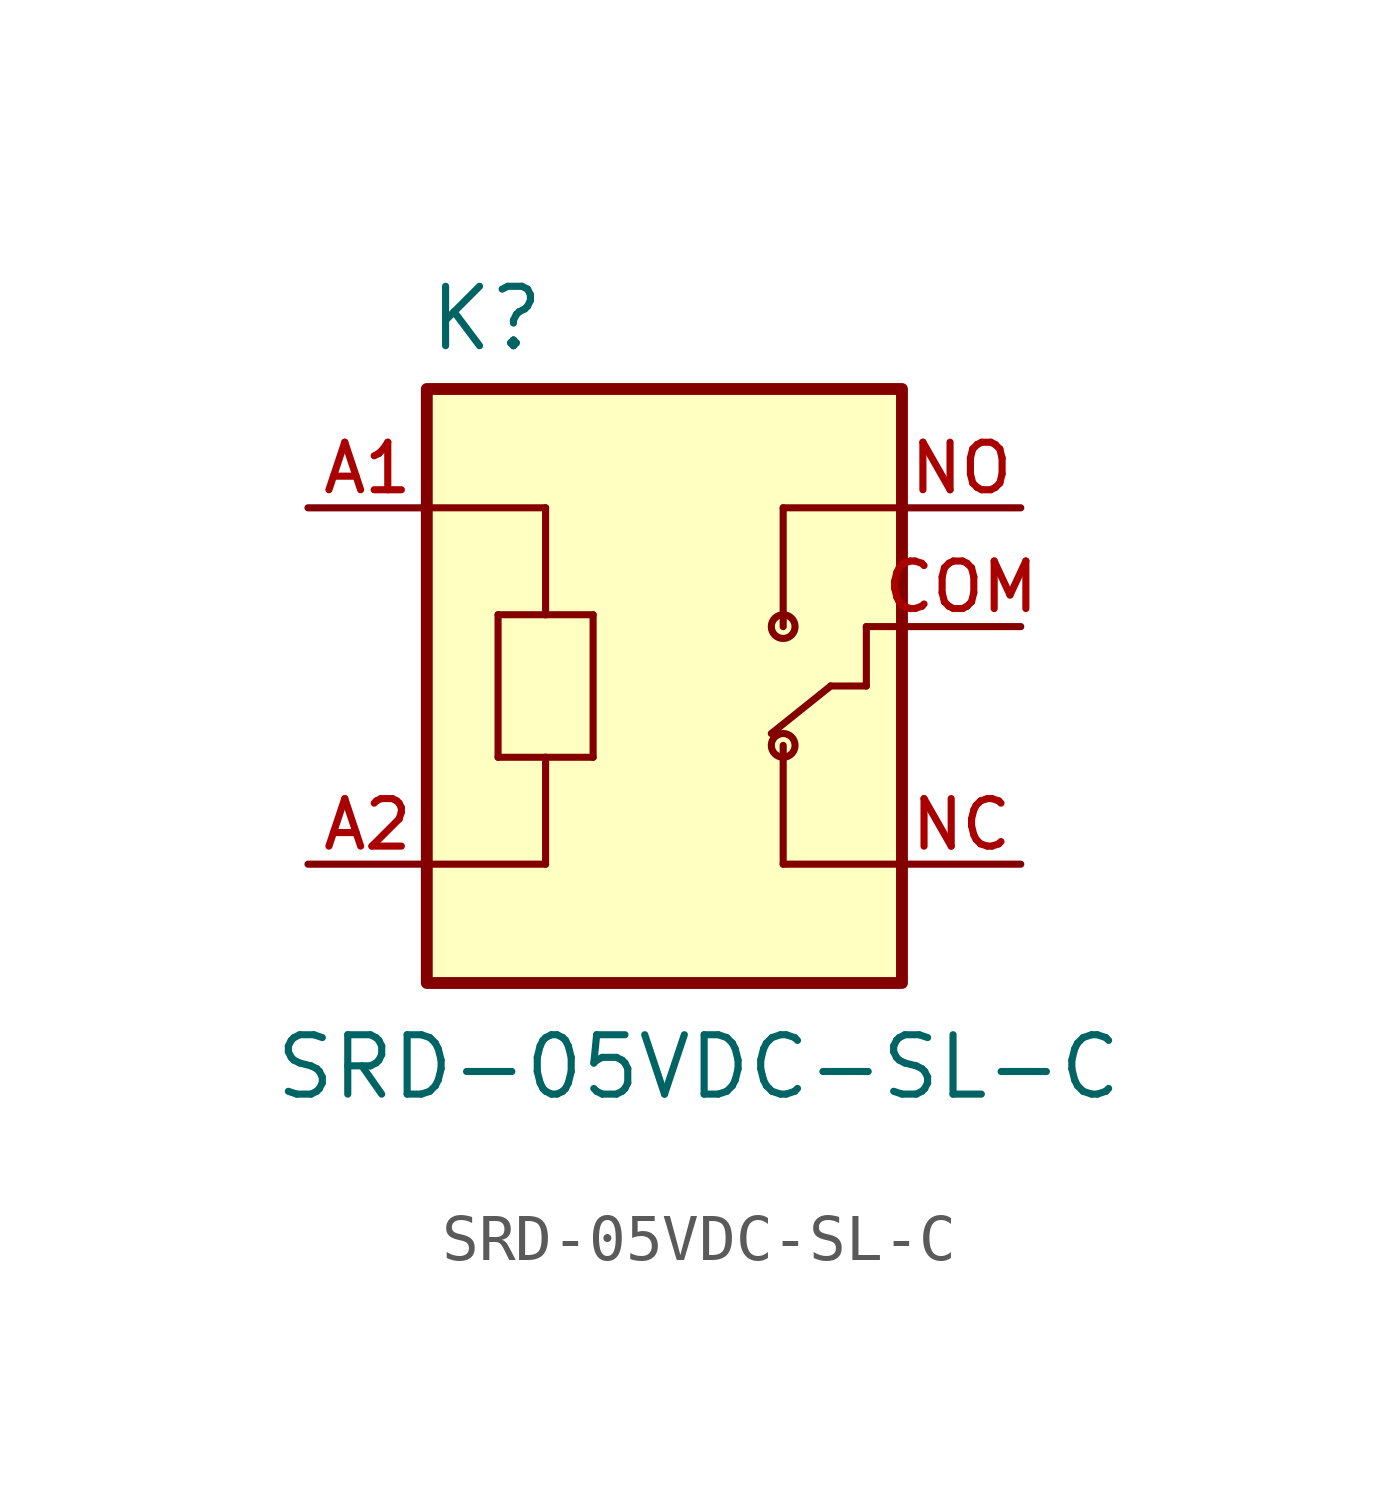
<source format=kicad_sym>
(kicad_symbol_lib
  (version 20231120)
  (generator "kicad_symbol_editor")
  (generator_version "8.0")
  (symbol "SRD-05VDC-SL-C"
    (pin_names
      (offset 1.016))
    (property "Reference" "K"
      (at -5.081 5.843 0)
      (effects (font (size 1.27 1.27)) (justify left bottom)))
    (property "Value" "SRD-05VDC-SL-C"
      (at -8.382 -10.16 0)
      (effects (font (size 1.27 1.27)) (justify left bottom)))
    (symbol "SRD-05VDC-SL-C_0_0"
      (rectangle (start -5.08 5.08) (end 5.08 -7.62) (stroke (width 0.254) (type default)) (fill (type background)))
      (polyline (pts (xy -5.08 2.54) (xy -2.54 2.54)) (stroke (width 0.152) (type default)) (fill (type none)))
      (polyline (pts (xy -3.556 -2.794) (xy -2.54 -2.794)) (stroke (width 0.152) (type default)) (fill (type none)))
      (polyline (pts (xy -3.556 0.254) (xy -3.556 -2.794)) (stroke (width 0.152) (type default)) (fill (type none)))
      (polyline (pts (xy -2.54 -5.08) (xy -5.08 -5.08)) (stroke (width 0.152) (type default)) (fill (type none)))
      (polyline (pts (xy -2.54 -2.794) (xy -2.54 -5.08)) (stroke (width 0.152) (type default)) (fill (type none)))
      (polyline (pts (xy -2.54 -2.794) (xy -1.524 -2.794)) (stroke (width 0.152) (type default)) (fill (type none)))
      (polyline (pts (xy -2.54 0.254) (xy -3.556 0.254)) (stroke (width 0.152) (type default)) (fill (type none)))
      (polyline (pts (xy -2.54 2.54) (xy -2.54 0.254)) (stroke (width 0.152) (type default)) (fill (type none)))
      (polyline (pts (xy -1.524 -2.794) (xy -1.524 0.254)) (stroke (width 0.152) (type default)) (fill (type none)))
      (polyline (pts (xy -1.524 0.254) (xy -2.54 0.254)) (stroke (width 0.152) (type default)) (fill (type none)))
      (polyline (pts (xy 2.54 -5.08) (xy 5.08 -5.08)) (stroke (width 0.152) (type default)) (fill (type none)))
      (polyline (pts (xy 2.54 -2.54) (xy 2.54 -5.08)) (stroke (width 0.152) (type default)) (fill (type none)))
      (polyline (pts (xy 2.54 2.54) (xy 2.54 0)) (stroke (width 0.152) (type default)) (fill (type none)))
      (polyline (pts (xy 3.556 -1.27) (xy 2.286 -2.286)) (stroke (width 0.152) (type default)) (fill (type none)))
      (polyline (pts (xy 3.556 -1.27) (xy 4.318 -1.27)) (stroke (width 0.152) (type default)) (fill (type none)))
      (polyline (pts (xy 4.318 -1.27) (xy 4.318 0)) (stroke (width 0.152) (type default)) (fill (type none)))
      (polyline (pts (xy 4.318 0) (xy 5.08 0)) (stroke (width 0.152) (type default)) (fill (type none)))
      (polyline (pts (xy 5.08 2.54) (xy 2.54 2.54)) (stroke (width 0.152) (type default)) (fill (type none)))
      (circle (center 2.54 -2.54) (radius 0.254) (stroke (width 0.152) (type default)) (fill (type none)))
      (circle (center 2.54 0) (radius 0.254) (stroke (width 0.152) (type default)) (fill (type none)))
      (pin passive line (at -7.62 2.54 0) (length 2.54) (name "~" (effects (font (size 1.016 1.016)))) (number "A1" (effects (font (size 1.016 1.016)))))
      (pin passive line (at -7.62 -5.08 0) (length 2.54) (name "~" (effects (font (size 1.016 1.016)))) (number "A2" (effects (font (size 1.016 1.016)))))
      (pin passive line (at 7.62 0 180) (length 2.54) (name "~" (effects (font (size 1.016 1.016)))) (number "COM" (effects (font (size 1.016 1.016)))))
      (pin passive line (at 7.62 -5.08 180) (length 2.54) (name "~" (effects (font (size 1.016 1.016)))) (number "NC" (effects (font (size 1.016 1.016)))))
      (pin passive line (at 7.62 2.54 180) (length 2.54) (name "~" (effects (font (size 1.016 1.016)))) (number "NO" (effects (font (size 1.016 1.016))))))))
</source>
